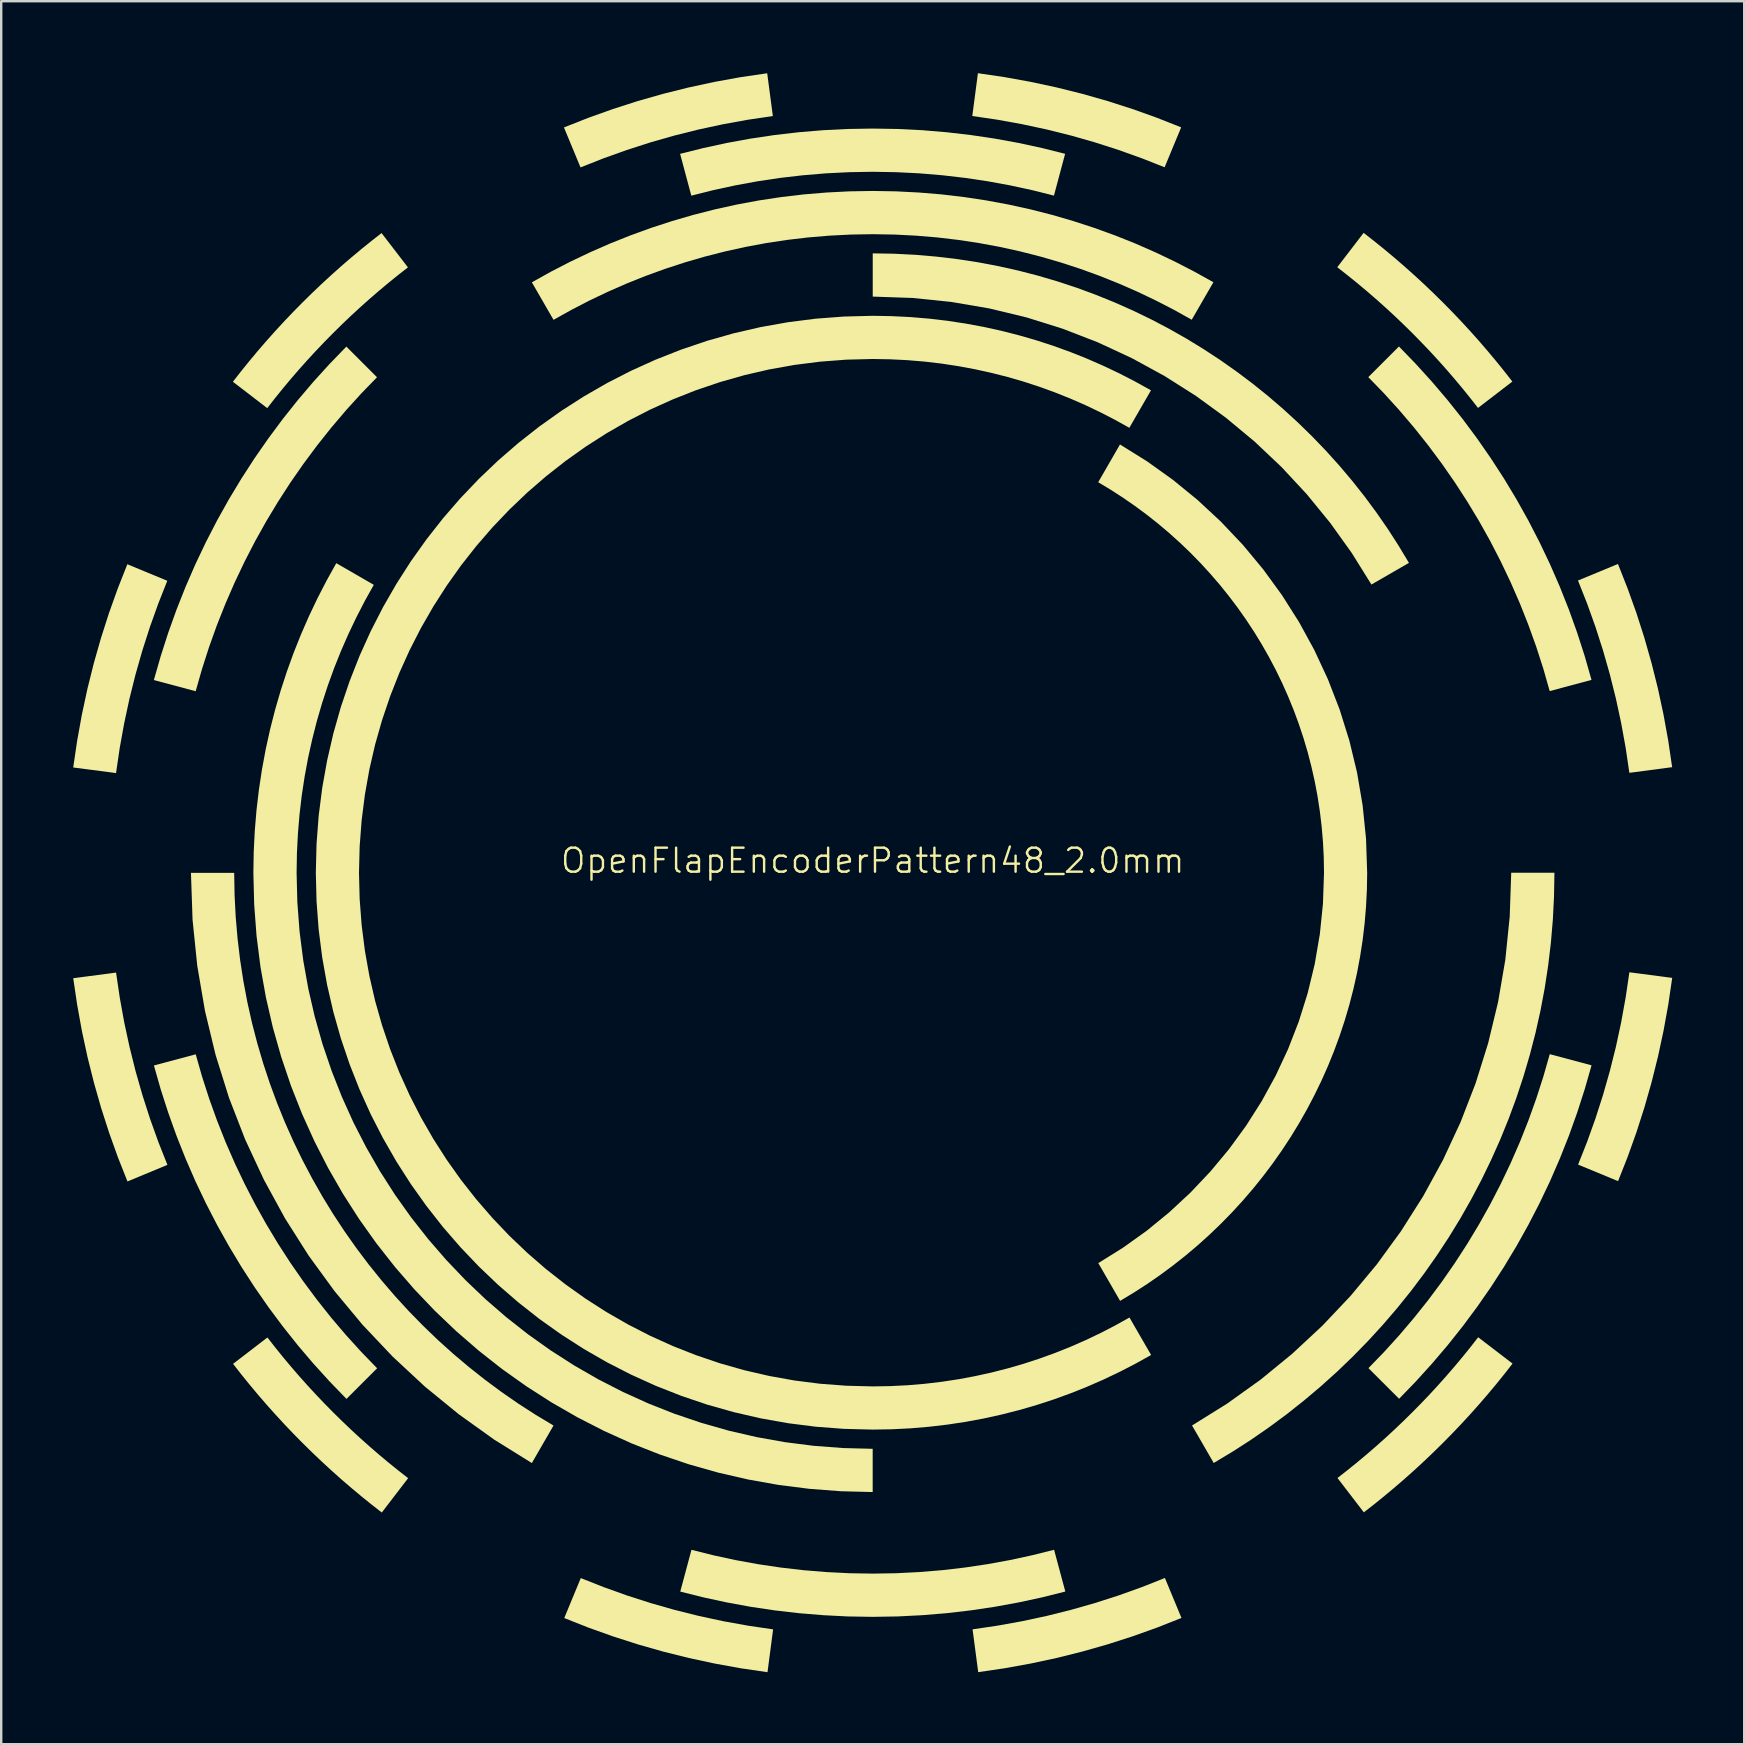
<source format=kicad_pcb>
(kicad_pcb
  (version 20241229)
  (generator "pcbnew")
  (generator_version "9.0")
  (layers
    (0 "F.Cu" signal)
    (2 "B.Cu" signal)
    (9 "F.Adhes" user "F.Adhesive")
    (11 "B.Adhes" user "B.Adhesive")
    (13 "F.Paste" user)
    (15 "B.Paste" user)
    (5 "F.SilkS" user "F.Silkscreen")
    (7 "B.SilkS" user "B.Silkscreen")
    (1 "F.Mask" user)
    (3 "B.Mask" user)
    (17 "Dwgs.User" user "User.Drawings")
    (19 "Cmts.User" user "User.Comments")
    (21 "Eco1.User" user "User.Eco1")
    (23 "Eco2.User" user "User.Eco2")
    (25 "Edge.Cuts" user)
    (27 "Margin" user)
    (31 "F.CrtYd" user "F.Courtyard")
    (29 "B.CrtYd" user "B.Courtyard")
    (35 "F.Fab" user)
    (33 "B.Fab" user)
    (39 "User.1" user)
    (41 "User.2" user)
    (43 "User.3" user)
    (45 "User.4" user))
  (footprint "OpenFlapEncoderPattern48_2.0mm"
    (layer "F.Cu")
    (at 33.306 33.306)
    (property "Reference" "OpenFlapEncoderPattern48_2.0mm" (at 0 -0.5 0) (unlocked yes) (layer "F.SilkS") (effects (font (size 1 1) (thickness 0.1))))
    (fp_poly (pts (xy -31.367 5.205) (xy -31.18 6.238) (xy -30.959 7.26) (xy -30.707 8.27) (xy -30.422 9.266) (xy -30.106 10.249) (xy -29.759 11.218) (xy -29.382 12.171) (xy -31.046 12.862) (xy -31.445 11.854) (xy -31.811 10.83) (xy -32.145 9.792) (xy -32.445 8.739) (xy -32.712 7.672) (xy -32.944 6.592) (xy -33.142 5.499) (xy -33.305 4.395) (xy -31.521 4.16)) (stroke (width -0.000001) (type solid)) (fill yes) (layer "F.SilkS"))
    (fp_poly (pts (xy -29.387 -12.161) (xy -29.764 -11.207) (xy -30.11 -10.239) (xy -30.426 -9.256) (xy -30.71 -8.259) (xy -30.962 -7.25) (xy -31.182 -6.228) (xy -31.369 -5.194) (xy -31.522 -4.15) (xy -33.306 -4.384) (xy -33.143 -5.488) (xy -32.946 -6.581) (xy -32.714 -7.661) (xy -32.448 -8.727) (xy -32.148 -9.78) (xy -31.815 -10.819) (xy -31.449 -11.842) (xy -31.051 -12.85)) (stroke (width -0.000001) (type solid)) (fill yes) (layer "F.SilkS"))
    (fp_poly (pts (xy -11.207 29.762) (xy -10.238 30.109) (xy -9.256 30.425) (xy -8.259 30.709) (xy -7.25 30.961) (xy -6.228 31.181) (xy -5.194 31.368) (xy -4.149 31.522) (xy -4.383 33.306) (xy -5.488 33.144) (xy -6.58 32.946) (xy -7.66 32.714) (xy -8.727 32.448) (xy -9.78 32.148) (xy -10.819 31.814) (xy -11.842 31.449) (xy -12.85 31.05) (xy -12.161 29.385)) (stroke (width -0.000001) (type solid)) (fill yes) (layer "F.SilkS"))
    (fp_poly (pts (xy -4.16 -31.521) (xy -5.205 -31.367) (xy -6.239 -31.179) (xy -7.261 -30.959) (xy -8.27 -30.707) (xy -9.267 -30.422) (xy -10.249 -30.106) (xy -11.218 -29.759) (xy -12.172 -29.382) (xy -12.862 -31.047) (xy -11.854 -31.445) (xy -10.83 -31.811) (xy -9.792 -32.145) (xy -8.739 -32.445) (xy -7.672 -32.711) (xy -6.592 -32.944) (xy -5.5 -33.142) (xy -4.395 -33.304)) (stroke (width -0.000001) (type solid)) (fill yes) (layer "F.SilkS"))
    (fp_poly (pts (xy 5.488 -33.144) (xy 6.58 -32.946) (xy 7.66 -32.714) (xy 8.727 -32.448) (xy 9.78 -32.148) (xy 10.819 -31.815) (xy 11.842 -31.449) (xy 12.85 -31.051) (xy 12.16 -29.387) (xy 11.206 -29.764) (xy 10.238 -30.11) (xy 9.255 -30.426) (xy 8.259 -30.71) (xy 7.249 -30.962) (xy 6.227 -31.182) (xy 5.194 -31.369) (xy 4.149 -31.523) (xy 4.383 -33.306)) (stroke (width -0.000001) (type solid)) (fill yes) (layer "F.SilkS"))
    (fp_poly (pts (xy 12.862 31.045) (xy 11.855 31.444) (xy 10.831 31.81) (xy 9.792 32.144) (xy 8.739 32.444) (xy 7.673 32.711) (xy 6.592 32.943) (xy 5.5 33.141) (xy 4.395 33.304) (xy 4.16 31.521) (xy 5.205 31.366) (xy 6.239 31.179) (xy 7.261 30.959) (xy 8.27 30.706) (xy 9.267 30.422) (xy 10.25 30.106) (xy 11.218 29.759) (xy 12.172 29.381)) (stroke (width -0.000001) (type solid)) (fill yes) (layer "F.SilkS"))
    (fp_poly (pts (xy 31.444 -11.854) (xy 31.811 -10.831) (xy 32.144 -9.793) (xy 32.444 -8.74) (xy 32.711 -7.673) (xy 32.943 -6.593) (xy 33.141 -5.5) (xy 33.304 -4.396) (xy 31.521 -4.161) (xy 31.367 -5.206) (xy 31.179 -6.24) (xy 30.959 -7.261) (xy 30.706 -8.271) (xy 30.422 -9.267) (xy 30.106 -10.25) (xy 29.759 -11.219) (xy 29.381 -12.172) (xy 31.046 -12.862)) (stroke (width -0.000001) (type solid)) (fill yes) (layer "F.SilkS"))
    (fp_poly (pts (xy 33.306 4.382) (xy 33.144 5.487) (xy 32.946 6.579) (xy 32.714 7.659) (xy 32.448 8.726) (xy 32.148 9.779) (xy 31.815 10.818) (xy 31.449 11.842) (xy 31.051 12.849) (xy 29.386 12.16) (xy 29.763 11.206) (xy 30.11 10.238) (xy 30.425 9.255) (xy 30.709 8.258) (xy 30.962 7.249) (xy 31.181 6.227) (xy 31.368 5.193) (xy 31.522 4.148)) (stroke (width -0.000001) (type solid)) (fill yes) (layer "F.SilkS"))
    (fp_poly (pts (xy -27.936 8.5) (xy -27.639 9.422) (xy -27.312 10.33) (xy -26.957 11.225) (xy -26.574 12.104) (xy -26.162 12.969) (xy -25.724 13.817) (xy -25.259 14.649) (xy -24.768 15.464) (xy -24.251 16.262) (xy -23.709 17.041) (xy -23.143 17.801) (xy -22.554 18.543) (xy -21.94 19.264) (xy -21.304 19.965) (xy -20.646 20.645) (xy -21.922 21.921) (xy -22.621 21.199) (xy -23.296 20.455) (xy -23.948 19.689) (xy -24.574 18.902) (xy -25.175 18.095) (xy -25.75 17.267) (xy -26.298 16.421) (xy -26.819 15.555) (xy -27.313 14.672) (xy -27.778 13.771) (xy -28.215 12.853) (xy -28.622 11.919) (xy -28.999 10.969) (xy -29.345 10.004) (xy -29.661 9.024) (xy -29.944 8.031) (xy -28.203 7.565)) (stroke (width -0.000001) (type solid)) (fill yes) (layer "F.SilkS"))
    (fp_poly (pts (xy -24.896 19.771) (xy -24.569 20.176) (xy -24.236 20.574) (xy -23.896 20.968) (xy -23.55 21.355) (xy -23.198 21.737) (xy -22.84 22.113) (xy -22.476 22.483) (xy -22.105 22.847) (xy -21.729 23.205) (xy -21.348 23.557) (xy -20.96 23.903) (xy -20.567 24.243) (xy -20.168 24.576) (xy -19.763 24.903) (xy -19.354 25.223) (xy -20.451 26.654) (xy -20.884 26.316) (xy -21.311 25.971) (xy -21.733 25.618) (xy -22.149 25.26) (xy -22.558 24.894) (xy -22.962 24.522) (xy -23.359 24.144) (xy -23.751 23.759) (xy -24.136 23.368) (xy -24.514 22.971) (xy -24.886 22.567) (xy -25.252 22.158) (xy -25.611 21.742) (xy -25.963 21.321) (xy -26.309 20.893) (xy -26.647 20.46) (xy -25.216 19.362)) (stroke (width -0.000001) (type solid)) (fill yes) (layer "F.SilkS"))
    (fp_poly (pts (xy -20.651 -20.64) (xy -21.309 -19.961) (xy -21.945 -19.26) (xy -22.558 -18.538) (xy -23.147 -17.797) (xy -23.713 -17.036) (xy -24.255 -16.257) (xy -24.771 -15.459) (xy -25.262 -14.644) (xy -25.727 -13.812) (xy -26.165 -12.964) (xy -26.576 -12.099) (xy -26.959 -11.22) (xy -27.315 -10.325) (xy -27.641 -9.417) (xy -27.938 -8.495) (xy -28.205 -7.56) (xy -29.946 -8.026) (xy -29.662 -9.019) (xy -29.347 -9.998) (xy -29.001 -10.963) (xy -28.624 -11.913) (xy -28.217 -12.848) (xy -27.781 -13.766) (xy -27.316 -14.667) (xy -26.823 -15.55) (xy -26.301 -16.416) (xy -25.753 -17.263) (xy -25.178 -18.09) (xy -24.578 -18.898) (xy -23.952 -19.685) (xy -23.301 -20.451) (xy -22.626 -21.195) (xy -21.927 -21.917)) (stroke (width -0.000001) (type solid)) (fill yes) (layer "F.SilkS"))
    (fp_poly (pts (xy -19.362 -25.217) (xy -19.772 -24.897) (xy -20.176 -24.57) (xy -20.575 -24.236) (xy -20.968 -23.897) (xy -21.355 -23.551) (xy -21.737 -23.199) (xy -22.113 -22.84) (xy -22.483 -22.476) (xy -22.847 -22.106) (xy -23.205 -21.73) (xy -23.557 -21.348) (xy -23.903 -20.96) (xy -24.243 -20.567) (xy -24.576 -20.168) (xy -24.903 -19.764) (xy -25.223 -19.354) (xy -26.654 -20.452) (xy -26.316 -20.885) (xy -25.971 -21.312) (xy -25.619 -21.734) (xy -25.26 -22.149) (xy -24.895 -22.559) (xy -24.523 -22.962) (xy -24.144 -23.36) (xy -23.759 -23.751) (xy -23.368 -24.136) (xy -22.971 -24.514) (xy -22.568 -24.886) (xy -22.158 -25.252) (xy -21.743 -25.611) (xy -21.321 -25.963) (xy -20.894 -26.308) (xy -20.461 -26.647)) (stroke (width -0.000001) (type solid)) (fill yes) (layer "F.SilkS"))
    (fp_poly (pts (xy 1.035 -30.983) (xy 2.063 -30.932) (xy 3.08 -30.847) (xy 4.089 -30.73) (xy 5.087 -30.581) (xy 6.075 -30.401) (xy 7.051 -30.19) (xy 8.016 -29.948) (xy 7.55 -28.207) (xy 6.641 -28.435) (xy 5.721 -28.634) (xy 4.791 -28.804) (xy 3.851 -28.945) (xy 2.901 -29.055) (xy 1.942 -29.135) (xy 0.975 -29.183) (xy -0.000299 -29.2) (xy -0.977 -29.183) (xy -1.945 -29.135) (xy -2.904 -29.055) (xy -3.855 -28.945) (xy -4.796 -28.804) (xy -5.727 -28.633) (xy -6.647 -28.434) (xy -7.557 -28.206) (xy -8.023 -29.947) (xy -7.057 -30.188) (xy -6.08 -30.4) (xy -5.092 -30.581) (xy -4.093 -30.73) (xy -3.084 -30.847) (xy -2.065 -30.932) (xy -1.037 -30.983) (xy -0.000299 -31)) (stroke (width -0.000001) (type solid)) (fill yes) (layer "F.SilkS"))
    (fp_poly (pts (xy 8.024 29.946) (xy 7.058 30.188) (xy 6.08 30.399) (xy 5.092 30.58) (xy 4.093 30.729) (xy 3.083 30.847) (xy 2.064 30.931) (xy 1.036 30.983) (xy -0.000299 31) (xy -1.036 30.983) (xy -2.063 30.931) (xy -3.081 30.847) (xy -4.089 30.73) (xy -5.088 30.581) (xy -6.075 30.4) (xy -7.052 30.189) (xy -8.017 29.948) (xy -7.55 28.207) (xy -6.641 28.435) (xy -5.721 28.634) (xy -4.791 28.804) (xy -3.851 28.944) (xy -2.902 29.055) (xy -1.943 29.134) (xy -0.976 29.183) (xy -0.000299 29.199) (xy 0.976 29.183) (xy 1.944 29.134) (xy 2.904 29.055) (xy 3.854 28.944) (xy 4.795 28.803) (xy 5.726 28.633) (xy 6.647 28.433) (xy 7.556 28.206)) (stroke (width -0.000001) (type solid)) (fill yes) (layer "F.SilkS"))
    (fp_poly (pts (xy 20.884 -26.316) (xy 21.312 -25.971) (xy 21.733 -25.619) (xy 22.149 -25.26) (xy 22.558 -24.895) (xy 22.962 -24.523) (xy 23.359 -24.144) (xy 23.751 -23.759) (xy 24.136 -23.368) (xy 24.514 -22.971) (xy 24.886 -22.567) (xy 25.252 -22.158) (xy 25.61 -21.742) (xy 25.963 -21.321) (xy 26.308 -20.894) (xy 26.647 -20.461) (xy 25.216 -19.362) (xy 24.896 -19.772) (xy 24.569 -20.176) (xy 24.235 -20.575) (xy 23.896 -20.968) (xy 23.55 -21.356) (xy 23.198 -21.737) (xy 22.839 -22.113) (xy 22.475 -22.484) (xy 22.105 -22.848) (xy 21.729 -23.206) (xy 21.347 -23.558) (xy 20.959 -23.904) (xy 20.566 -24.243) (xy 20.167 -24.577) (xy 19.762 -24.903) (xy 19.353 -25.224) (xy 20.451 -26.655)) (stroke (width -0.000001) (type solid)) (fill yes) (layer "F.SilkS"))
    (fp_poly (pts (xy 22.621 -21.2) (xy 23.296 -20.456) (xy 23.947 -19.69) (xy 24.574 -18.903) (xy 25.175 -18.095) (xy 25.749 -17.268) (xy 26.298 -16.421) (xy 26.819 -15.556) (xy 27.313 -14.672) (xy 27.778 -13.771) (xy 28.215 -12.853) (xy 28.622 -11.919) (xy 28.999 -10.969) (xy 29.345 -10.005) (xy 29.661 -9.025) (xy 29.944 -8.032) (xy 28.203 -7.566) (xy 27.936 -8.501) (xy 27.639 -9.423) (xy 27.312 -10.331) (xy 26.957 -11.226) (xy 26.573 -12.105) (xy 26.162 -12.969) (xy 25.724 -13.818) (xy 25.259 -14.65) (xy 24.767 -15.465) (xy 24.251 -16.262) (xy 23.709 -17.041) (xy 23.143 -17.802) (xy 22.553 -18.543) (xy 21.94 -19.264) (xy 21.304 -19.965) (xy 20.646 -20.645) (xy 21.922 -21.922)) (stroke (width -0.000001) (type solid)) (fill yes) (layer "F.SilkS"))
    (fp_poly (pts (xy 26.655 20.45) (xy 26.316 20.883) (xy 25.971 21.311) (xy 25.619 21.732) (xy 25.26 22.148) (xy 24.895 22.558) (xy 24.523 22.961) (xy 24.144 23.359) (xy 23.76 23.75) (xy 23.368 24.135) (xy 22.971 24.514) (xy 22.568 24.886) (xy 22.158 25.251) (xy 21.742 25.61) (xy 21.321 25.962) (xy 20.894 26.308) (xy 20.46 26.647) (xy 19.362 25.216) (xy 19.772 24.895) (xy 20.176 24.568) (xy 20.575 24.235) (xy 20.968 23.895) (xy 21.356 23.549) (xy 21.737 23.197) (xy 22.113 22.839) (xy 22.483 22.475) (xy 22.847 22.105) (xy 23.206 21.729) (xy 23.557 21.347) (xy 23.903 20.959) (xy 24.243 20.566) (xy 24.576 20.167) (xy 24.903 19.763) (xy 25.223 19.353)) (stroke (width -0.000001) (type solid)) (fill yes) (layer "F.SilkS"))
    (fp_poly (pts (xy 29.946 8.025) (xy 29.662 9.018) (xy 29.347 9.997) (xy 29.001 10.962) (xy 28.624 11.912) (xy 28.218 12.846) (xy 27.781 13.764) (xy 27.316 14.665) (xy 26.823 15.548) (xy 26.302 16.414) (xy 25.754 17.261) (xy 25.179 18.088) (xy 24.579 18.896) (xy 23.953 19.683) (xy 23.302 20.448) (xy 22.627 21.193) (xy 21.929 21.915) (xy 20.652 20.639) (xy 21.31 19.959) (xy 21.945 19.258) (xy 22.558 18.536) (xy 23.148 17.795) (xy 23.714 17.035) (xy 24.255 16.255) (xy 24.771 15.458) (xy 25.262 14.643) (xy 25.727 13.811) (xy 26.165 12.962) (xy 26.576 12.098) (xy 26.96 11.219) (xy 27.315 10.324) (xy 27.641 9.416) (xy 27.938 8.494) (xy 28.205 7.559)) (stroke (width -0.000001) (type solid)) (fill yes) (layer "F.SilkS"))
    (fp_poly (pts (xy -26.584 0.926) (xy -26.537 1.837) (xy -26.46 2.739) (xy -26.353 3.633) (xy -26.217 4.517) (xy -26.052 5.391) (xy -25.859 6.255) (xy -25.637 7.108) (xy -25.389 7.95) (xy -25.114 8.78) (xy -24.812 9.598) (xy -24.485 10.403) (xy -24.132 11.194) (xy -23.755 11.972) (xy -23.353 12.735) (xy -22.928 13.483) (xy -22.479 14.217) (xy -22.007 14.934) (xy -21.513 15.635) (xy -20.998 16.319) (xy -20.461 16.985) (xy -19.904 17.634) (xy -19.326 18.265) (xy -18.728 18.876) (xy -18.112 19.469) (xy -17.476 20.041) (xy -16.822 20.593) (xy -16.151 21.124) (xy -15.462 21.634) (xy -14.757 22.122) (xy -14.035 22.588) (xy -13.298 23.031) (xy -14.2 24.593) (xy -15.758 23.624) (xy -17.246 22.559) (xy -18.661 21.403) (xy -19.998 20.159) (xy -21.253 18.833) (xy -22.421 17.429) (xy -23.499 15.95) (xy -24.481 14.402) (xy -25.364 12.787) (xy -26.143 11.112) (xy -26.815 9.379) (xy -27.374 7.594) (xy -27.816 5.76) (xy -28.138 3.881) (xy -28.334 1.963) (xy -28.401 0.008) (xy -26.6 0.008)) (stroke (width -0.000001) (type solid)) (fill yes) (layer "F.SilkS"))
    (fp_poly (pts (xy 0.892 -25.786) (xy 1.776 -25.741) (xy 2.652 -25.666) (xy 3.519 -25.563) (xy 4.377 -25.431) (xy 5.226 -25.271) (xy 6.064 -25.084) (xy 6.892 -24.87) (xy 7.709 -24.629) (xy 8.514 -24.363) (xy 9.308 -24.07) (xy 10.089 -23.753) (xy 10.857 -23.411) (xy 11.611 -23.046) (xy 12.352 -22.656) (xy 13.078 -22.244) (xy 13.789 -21.809) (xy 14.485 -21.352) (xy 15.165 -20.873) (xy 15.828 -20.374) (xy 16.475 -19.853) (xy 17.104 -19.313) (xy 17.716 -18.752) (xy 18.309 -18.173) (xy 18.884 -17.575) (xy 19.439 -16.959) (xy 19.975 -16.325) (xy 20.49 -15.674) (xy 20.984 -15.006) (xy 21.458 -14.322) (xy 21.909 -13.622) (xy 22.339 -12.907) (xy 20.776 -12.005) (xy 19.956 -13.321) (xy 19.055 -14.578) (xy 18.078 -15.773) (xy 17.027 -16.903) (xy 15.906 -17.963) (xy 14.718 -18.95) (xy 13.469 -19.86) (xy 12.16 -20.69) (xy 10.796 -21.436) (xy 9.38 -22.094) (xy 7.916 -22.661) (xy 6.408 -23.133) (xy 4.858 -23.507) (xy 3.272 -23.778) (xy 1.652 -23.944) (xy 0.001 -24) (xy 0.001 -25.801)) (stroke (width -0.000001) (type solid)) (fill yes) (layer "F.SilkS"))
    (fp_poly (pts (xy 28.383 0.983) (xy 28.334 1.956) (xy 28.252 2.92) (xy 28.138 3.874) (xy 27.993 4.819) (xy 27.817 5.753) (xy 27.611 6.676) (xy 27.375 7.587) (xy 27.11 8.486) (xy 26.817 9.373) (xy 26.495 10.246) (xy 26.146 11.106) (xy 25.769 11.951) (xy 25.367 12.781) (xy 24.938 13.596) (xy 24.484 14.396) (xy 24.005 15.179) (xy 23.502 15.944) (xy 22.975 16.693) (xy 22.425 17.423) (xy 21.852 18.135) (xy 21.257 18.828) (xy 20.641 19.501) (xy 20.003 20.154) (xy 19.345 20.787) (xy 18.666 21.398) (xy 17.968 21.987) (xy 17.252 22.555) (xy 16.517 23.099) (xy 15.764 23.62) (xy 14.993 24.117) (xy 14.206 24.59) (xy 13.303 23.028) (xy 14.762 22.119) (xy 16.156 21.121) (xy 17.48 20.037) (xy 18.732 18.872) (xy 19.907 17.63) (xy 21.002 16.314) (xy 22.011 14.929) (xy 22.931 13.478) (xy 23.757 11.966) (xy 24.487 10.397) (xy 25.116 8.774) (xy 25.639 7.102) (xy 26.053 5.385) (xy 26.354 3.626) (xy 26.537 1.83) (xy 26.6 0.001) (xy 28.4 0.001)) (stroke (width -0.000001) (type solid)) (fill yes) (layer "F.SilkS"))
    (fp_poly (pts (xy 0.966 -28.385) (xy 1.923 -28.336) (xy 2.872 -28.257) (xy 3.812 -28.146) (xy 4.742 -28.005) (xy 5.662 -27.834) (xy 6.572 -27.634) (xy 7.47 -27.405) (xy 8.356 -27.147) (xy 9.23 -26.862) (xy 10.092 -26.55) (xy 10.941 -26.211) (xy 11.775 -25.845) (xy 12.596 -25.454) (xy 13.402 -25.038) (xy 14.193 -24.598) (xy 13.29 -23.036) (xy 12.55 -23.449) (xy 11.795 -23.838) (xy 11.026 -24.205) (xy 10.244 -24.547) (xy 9.45 -24.865) (xy 8.643 -25.158) (xy 7.824 -25.425) (xy 6.994 -25.666) (xy 6.153 -25.881) (xy 5.301 -26.069) (xy 4.44 -26.229) (xy 3.569 -26.361) (xy 2.689 -26.465) (xy 1.801 -26.539) (xy 0.904 -26.585) (xy -0.000299 -26.6) (xy -0.905 -26.585) (xy -1.802 -26.539) (xy -2.691 -26.465) (xy -3.571 -26.361) (xy -4.443 -26.229) (xy -5.305 -26.068) (xy -6.156 -25.88) (xy -6.998 -25.665) (xy -7.828 -25.424) (xy -8.647 -25.156) (xy -9.455 -24.863) (xy -10.25 -24.545) (xy -11.032 -24.202) (xy -11.801 -23.836) (xy -12.556 -23.445) (xy -13.297 -23.032) (xy -14.199 -24.595) (xy -13.408 -25.036) (xy -12.602 -25.452) (xy -11.781 -25.843) (xy -10.946 -26.209) (xy -10.097 -26.548) (xy -9.235 -26.861) (xy -8.36 -27.146) (xy -7.474 -27.404) (xy -6.575 -27.633) (xy -5.665 -27.834) (xy -4.745 -28.005) (xy -3.814 -28.146) (xy -2.874 -28.257) (xy -1.925 -28.336) (xy -0.967 -28.385) (xy -0.000299 -28.401)) (stroke (width -0.000001) (type solid)) (fill yes) (layer "F.SilkS"))
    (fp_poly (pts (xy -20.784 -11.992) (xy -21.157 -11.324) (xy -21.508 -10.643) (xy -21.839 -9.949) (xy -22.148 -9.244) (xy -22.435 -8.527) (xy -22.699 -7.799) (xy -22.94 -7.06) (xy -23.158 -6.311) (xy -23.351 -5.552) (xy -23.521 -4.784) (xy -23.665 -4.007) (xy -23.785 -3.221) (xy -23.878 -2.427) (xy -23.945 -1.625) (xy -23.986 -0.816) (xy -24 -0.000412) (xy -23.969 1.234) (xy -23.876 2.453) (xy -23.723 3.653) (xy -23.512 4.835) (xy -23.244 5.996) (xy -22.921 7.135) (xy -22.543 8.249) (xy -22.113 9.339) (xy -21.633 10.402) (xy -21.102 11.437) (xy -20.524 12.442) (xy -19.9 13.416) (xy -19.231 14.357) (xy -18.518 15.264) (xy -17.764 16.134) (xy -16.969 16.968) (xy -16.136 17.763) (xy -15.265 18.517) (xy -14.358 19.23) (xy -13.417 19.899) (xy -12.443 20.524) (xy -11.438 21.102) (xy -10.404 21.632) (xy -9.341 22.113) (xy -8.251 22.543) (xy -7.136 22.92) (xy -5.997 23.244) (xy -4.837 23.512) (xy -3.655 23.723) (xy -2.454 23.876) (xy -1.236 23.968) (xy -0.001 24) (xy -0.001 25.801) (xy -1.329 25.767) (xy -2.64 25.667) (xy -3.931 25.503) (xy -5.202 25.276) (xy -6.451 24.988) (xy -7.675 24.641) (xy -8.874 24.235) (xy -10.046 23.773) (xy -11.188 23.257) (xy -12.301 22.687) (xy -13.381 22.066) (xy -14.428 21.395) (xy -15.44 20.676) (xy -16.414 19.91) (xy -17.35 19.099) (xy -18.246 18.245) (xy -19.1 17.349) (xy -19.911 16.413) (xy -20.677 15.438) (xy -21.396 14.427) (xy -22.067 13.38) (xy -22.688 12.299) (xy -23.257 11.187) (xy -23.774 10.044) (xy -24.236 8.872) (xy -24.641 7.673) (xy -24.989 6.449) (xy -25.277 5.2) (xy -25.504 3.93) (xy -25.668 2.638) (xy -25.767 1.328) (xy -25.801 -0.000412) (xy -25.786 -0.878) (xy -25.742 -1.748) (xy -25.67 -2.61) (xy -25.569 -3.464) (xy -25.441 -4.309) (xy -25.286 -5.145) (xy -25.104 -5.971) (xy -24.896 -6.786) (xy -24.662 -7.592) (xy -24.403 -8.386) (xy -24.12 -9.169) (xy -23.812 -9.939) (xy -23.48 -10.698) (xy -23.125 -11.443) (xy -22.747 -12.175) (xy -22.347 -12.894)) (stroke (width -0.000001) (type solid)) (fill yes) (layer "F.SilkS"))
    (fp_poly (pts (xy 11.432 -17.135) (xy 12.511 -16.363) (xy 13.538 -15.524) (xy 14.507 -14.622) (xy 15.418 -13.66) (xy 16.265 -12.641) (xy 17.046 -11.568) (xy 17.759 -10.444) (xy 18.399 -9.273) (xy 18.964 -8.057) (xy 19.451 -6.8) (xy 19.856 -5.505) (xy 20.177 -4.174) (xy 20.409 -2.811) (xy 20.551 -1.419) (xy 20.599 -0.000412) (xy 20.587 0.712) (xy 20.551 1.417) (xy 20.492 2.117) (xy 20.41 2.809) (xy 20.304 3.494) (xy 20.177 4.172) (xy 20.027 4.841) (xy 19.856 5.502) (xy 19.664 6.155) (xy 19.451 6.798) (xy 19.218 7.431) (xy 18.965 8.055) (xy 18.692 8.668) (xy 18.4 9.27) (xy 18.089 9.862) (xy 17.76 10.441) (xy 17.413 11.009) (xy 17.048 11.565) (xy 16.666 12.108) (xy 16.267 12.638) (xy 15.852 13.154) (xy 15.42 13.657) (xy 14.973 14.145) (xy 14.51 14.619) (xy 14.033 15.077) (xy 13.541 15.521) (xy 13.035 15.948) (xy 12.515 16.359) (xy 11.982 16.754) (xy 11.436 17.132) (xy 10.877 17.493) (xy 10.306 17.836) (xy 9.398 16.264) (xy 10.428 15.621) (xy 11.414 14.916) (xy 12.35 14.15) (xy 13.235 13.328) (xy 14.066 12.45) (xy 14.84 11.521) (xy 15.554 10.543) (xy 16.204 9.519) (xy 16.789 8.451) (xy 17.306 7.343) (xy 17.751 6.197) (xy 18.121 5.016) (xy 18.414 3.803) (xy 18.627 2.561) (xy 18.757 1.292) (xy 18.801 -0.000412) (xy 18.79 -0.65) (xy 18.757 -1.293) (xy 18.702 -1.931) (xy 18.627 -2.562) (xy 18.531 -3.187) (xy 18.414 -3.805) (xy 18.277 -4.415) (xy 18.121 -5.018) (xy 17.945 -5.613) (xy 17.75 -6.199) (xy 17.537 -6.777) (xy 17.305 -7.345) (xy 17.056 -7.904) (xy 16.789 -8.453) (xy 16.504 -8.993) (xy 16.203 -9.521) (xy 15.886 -10.039) (xy 15.552 -10.546) (xy 15.203 -11.041) (xy 14.838 -11.524) (xy 14.459 -11.995) (xy 14.064 -12.453) (xy 13.656 -12.898) (xy 13.233 -13.331) (xy 12.797 -13.749) (xy 12.348 -14.153) (xy 11.885 -14.544) (xy 11.411 -14.919) (xy 10.924 -15.279) (xy 10.425 -15.624) (xy 9.915 -15.953) (xy 9.394 -16.267) (xy 10.301 -17.839)) (stroke (width -0.000001) (type solid)) (fill yes) (layer "F.SilkS"))
    (fp_poly (pts (xy 0.789 -23.186) (xy 1.571 -23.147) (xy 2.346 -23.082) (xy 3.114 -22.992) (xy 3.873 -22.876) (xy 4.625 -22.737) (xy 5.367 -22.573) (xy 6.101 -22.386) (xy 6.825 -22.176) (xy 7.539 -21.943) (xy 8.243 -21.688) (xy 8.936 -21.411) (xy 9.617 -21.113) (xy 10.288 -20.794) (xy 10.946 -20.454) (xy 11.592 -20.095) (xy 10.691 -18.534) (xy 10.095 -18.866) (xy 9.488 -19.179) (xy 8.87 -19.474) (xy 8.241 -19.749) (xy 7.601 -20.005) (xy 6.952 -20.241) (xy 6.294 -20.456) (xy 5.626 -20.65) (xy 4.949 -20.822) (xy 4.264 -20.973) (xy 3.571 -21.102) (xy 2.871 -21.209) (xy 2.163 -21.292) (xy 1.448 -21.352) (xy 0.727 -21.388) (xy -0.000299 -21.401) (xy -1.101 -21.373) (xy -2.188 -21.29) (xy -3.258 -21.154) (xy -4.312 -20.966) (xy -5.347 -20.727) (xy -6.362 -20.438) (xy -7.356 -20.102) (xy -8.328 -19.718) (xy -9.276 -19.29) (xy -10.199 -18.817) (xy -11.095 -18.301) (xy -11.963 -17.745) (xy -12.802 -17.148) (xy -13.611 -16.512) (xy -14.387 -15.84) (xy -15.131 -15.131) (xy -15.839 -14.388) (xy -16.512 -13.611) (xy -17.148 -12.802) (xy -17.744 -11.963) (xy -18.301 -11.095) (xy -18.817 -10.199) (xy -19.289 -9.276) (xy -19.718 -8.328) (xy -20.101 -7.357) (xy -20.438 -6.362) (xy -20.727 -5.347) (xy -20.966 -4.312) (xy -21.154 -3.258) (xy -21.29 -2.188) (xy -21.373 -1.101) (xy -21.401 -0.000412) (xy -21.373 1.1) (xy -21.29 2.187) (xy -21.154 3.258) (xy -20.966 4.311) (xy -20.727 5.346) (xy -20.438 6.362) (xy -20.101 7.356) (xy -19.718 8.328) (xy -19.289 9.275) (xy -18.817 10.198) (xy -18.301 11.094) (xy -17.744 11.963) (xy -17.148 12.802) (xy -16.512 13.61) (xy -15.839 14.387) (xy -15.131 15.13) (xy -14.387 15.839) (xy -13.611 16.512) (xy -12.802 17.147) (xy -11.963 17.744) (xy -11.095 18.301) (xy -10.199 18.816) (xy -9.276 19.289) (xy -8.328 19.718) (xy -7.356 20.101) (xy -6.362 20.438) (xy -5.347 20.726) (xy -4.312 20.965) (xy -3.258 21.154) (xy -2.188 21.29) (xy -1.101 21.372) (xy -0.000299 21.4) (xy 0.727 21.388) (xy 1.449 21.352) (xy 2.164 21.292) (xy 2.872 21.208) (xy 3.573 21.102) (xy 4.267 20.972) (xy 4.952 20.821) (xy 5.629 20.648) (xy 6.297 20.454) (xy 6.956 20.239) (xy 7.605 20.003) (xy 8.245 19.747) (xy 8.874 19.471) (xy 9.493 19.176) (xy 10.1 18.862) (xy 10.696 18.53) (xy 11.598 20.091) (xy 10.952 20.451) (xy 10.294 20.791) (xy 9.623 21.111) (xy 8.941 21.409) (xy 8.248 21.686) (xy 7.544 21.942) (xy 6.829 22.175) (xy 6.105 22.385) (xy 5.371 22.572) (xy 4.628 22.736) (xy 3.876 22.876) (xy 3.116 22.991) (xy 2.347 23.081) (xy 1.572 23.147) (xy 0.789 23.186) (xy -0.000299 23.199) (xy -1.195 23.169) (xy -2.373 23.079) (xy -3.534 22.932) (xy -4.677 22.728) (xy -5.8 22.469) (xy -6.901 22.157) (xy -7.979 21.792) (xy -9.033 21.377) (xy -10.06 20.912) (xy -11.061 20.4) (xy -12.032 19.842) (xy -12.973 19.238) (xy -13.883 18.592) (xy -14.759 17.903) (xy -15.601 17.174) (xy -16.406 16.406) (xy -17.175 15.6) (xy -17.904 14.759) (xy -18.592 13.882) (xy -19.239 12.973) (xy -19.842 12.032) (xy -20.4 11.06) (xy -20.913 10.06) (xy -21.377 9.032) (xy -21.792 7.978) (xy -22.157 6.9) (xy -22.469 5.799) (xy -22.728 4.677) (xy -22.932 3.534) (xy -23.08 2.372) (xy -23.169 1.194) (xy -23.199 -0.000412) (xy -23.169 -1.195) (xy -23.08 -2.373) (xy -22.932 -3.535) (xy -22.728 -4.677) (xy -22.469 -5.8) (xy -22.157 -6.901) (xy -21.792 -7.979) (xy -21.377 -9.033) (xy -20.913 -10.06) (xy -20.4 -11.061) (xy -19.842 -12.032) (xy -19.239 -12.974) (xy -18.592 -13.883) (xy -17.904 -14.759) (xy -17.175 -15.601) (xy -16.406 -16.407) (xy -15.601 -17.175) (xy -14.759 -17.904) (xy -13.883 -18.592) (xy -12.973 -19.239) (xy -12.032 -19.842) (xy -11.061 -20.401) (xy -10.06 -20.913) (xy -9.033 -21.377) (xy -7.979 -21.792) (xy -6.901 -22.157) (xy -5.8 -22.469) (xy -4.677 -22.728) (xy -3.534 -22.932) (xy -2.373 -23.08) (xy -1.195 -23.169) (xy -0.000299 -23.2)) (stroke (width -0.000001) (type solid)) (fill yes) (layer "F.SilkS")))
  (gr_rect
    (start -3 -3)
    (end 69.612 69.612)
    (stroke (width 0.1) (type default))
    (fill no)
    (layer "Edge.Cuts")))
</source>
